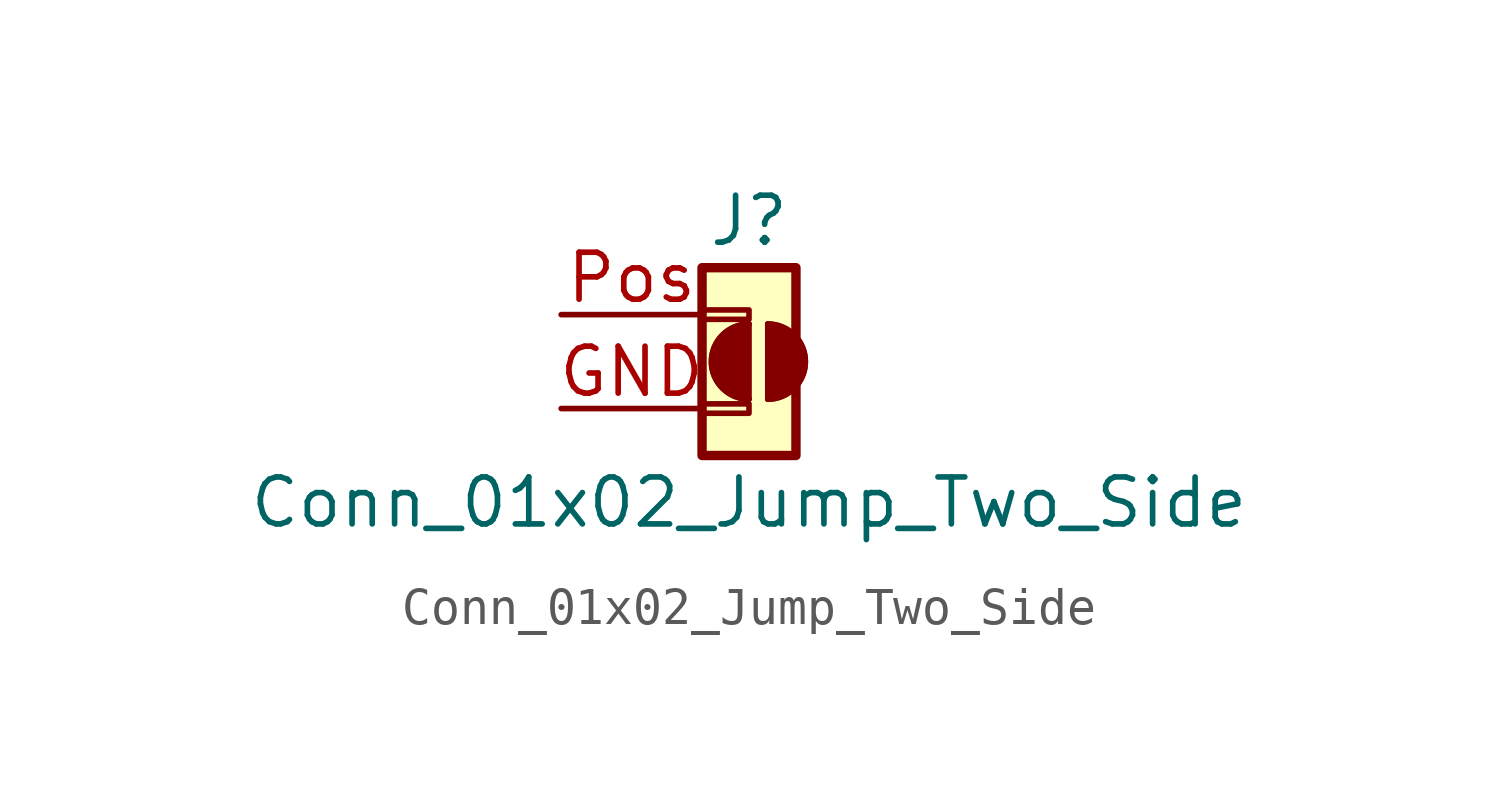
<source format=kicad_sym>
(kicad_symbol_lib
  (version 20231120)
  (generator "kicad_symbol_editor")
  (generator_version "8.0")
  (symbol "Conn_01x02_Jump_Two_Side"
    (pin_names
      (offset 1.016) hide)
    (property "Reference" "J"
      (at 0 2.54 0)
      (effects (font (size 1.27 1.27))))
    (property "Value" "Conn_01x02_Jump_Two_Side"
      (at 0 -5.08 0)
      (effects (font (size 1.27 1.27))))
    (symbol "Conn_01x02_Jump_Two_Side_0_1"
      (arc (start 0 -0.254) (mid -1.0116 -1.27) (end 0 -2.286) (stroke (width 0) (type default)) (fill (type none)))
      (arc (start 0 -0.254) (mid -1.0116 -1.27) (end 0 -2.286) (stroke (width 0) (type default)) (fill (type outline)))
      (polyline (pts (xy 0 -0.254) (xy 0 -2.286)) (stroke (width 0) (type default)) (fill (type none)))
      (polyline (pts (xy 0.508 -0.254) (xy 0.508 -2.286)) (stroke (width 0) (type default)) (fill (type none)))
      (arc (start 0.508 -2.286) (mid 1.5195 -1.27) (end 0.508 -0.254) (stroke (width 0) (type default)) (fill (type none)))
      (arc (start 0.508 -2.286) (mid 1.5195 -1.27) (end 0.508 -0.254) (stroke (width 0) (type default)) (fill (type outline))))
    (symbol "Conn_01x02_Jump_Two_Side_1_1"
      (rectangle (start -1.27 -2.413) (end 0 -2.667) (stroke (width 0.152) (type default)) (fill (type none)))
      (rectangle (start -1.27 0.127) (end 0 -0.127) (stroke (width 0.152) (type default)) (fill (type none)))
      (rectangle (start -1.27 1.27) (end 1.27 -3.81) (stroke (width 0.254) (type default)) (fill (type background)))
      (pin power_in line (at -5.08 -2.54 0) (length 3.81) (name "~" (effects (font (size 1.27 1.27)))) (number "GND" (effects (font (size 1.27 1.27)))))
      (pin power_in line (at -5.08 0 0) (length 3.81) (name "~" (effects (font (size 1.27 1.27)))) (number "Pos" (effects (font (size 1.27 1.27))))))))
</source>
